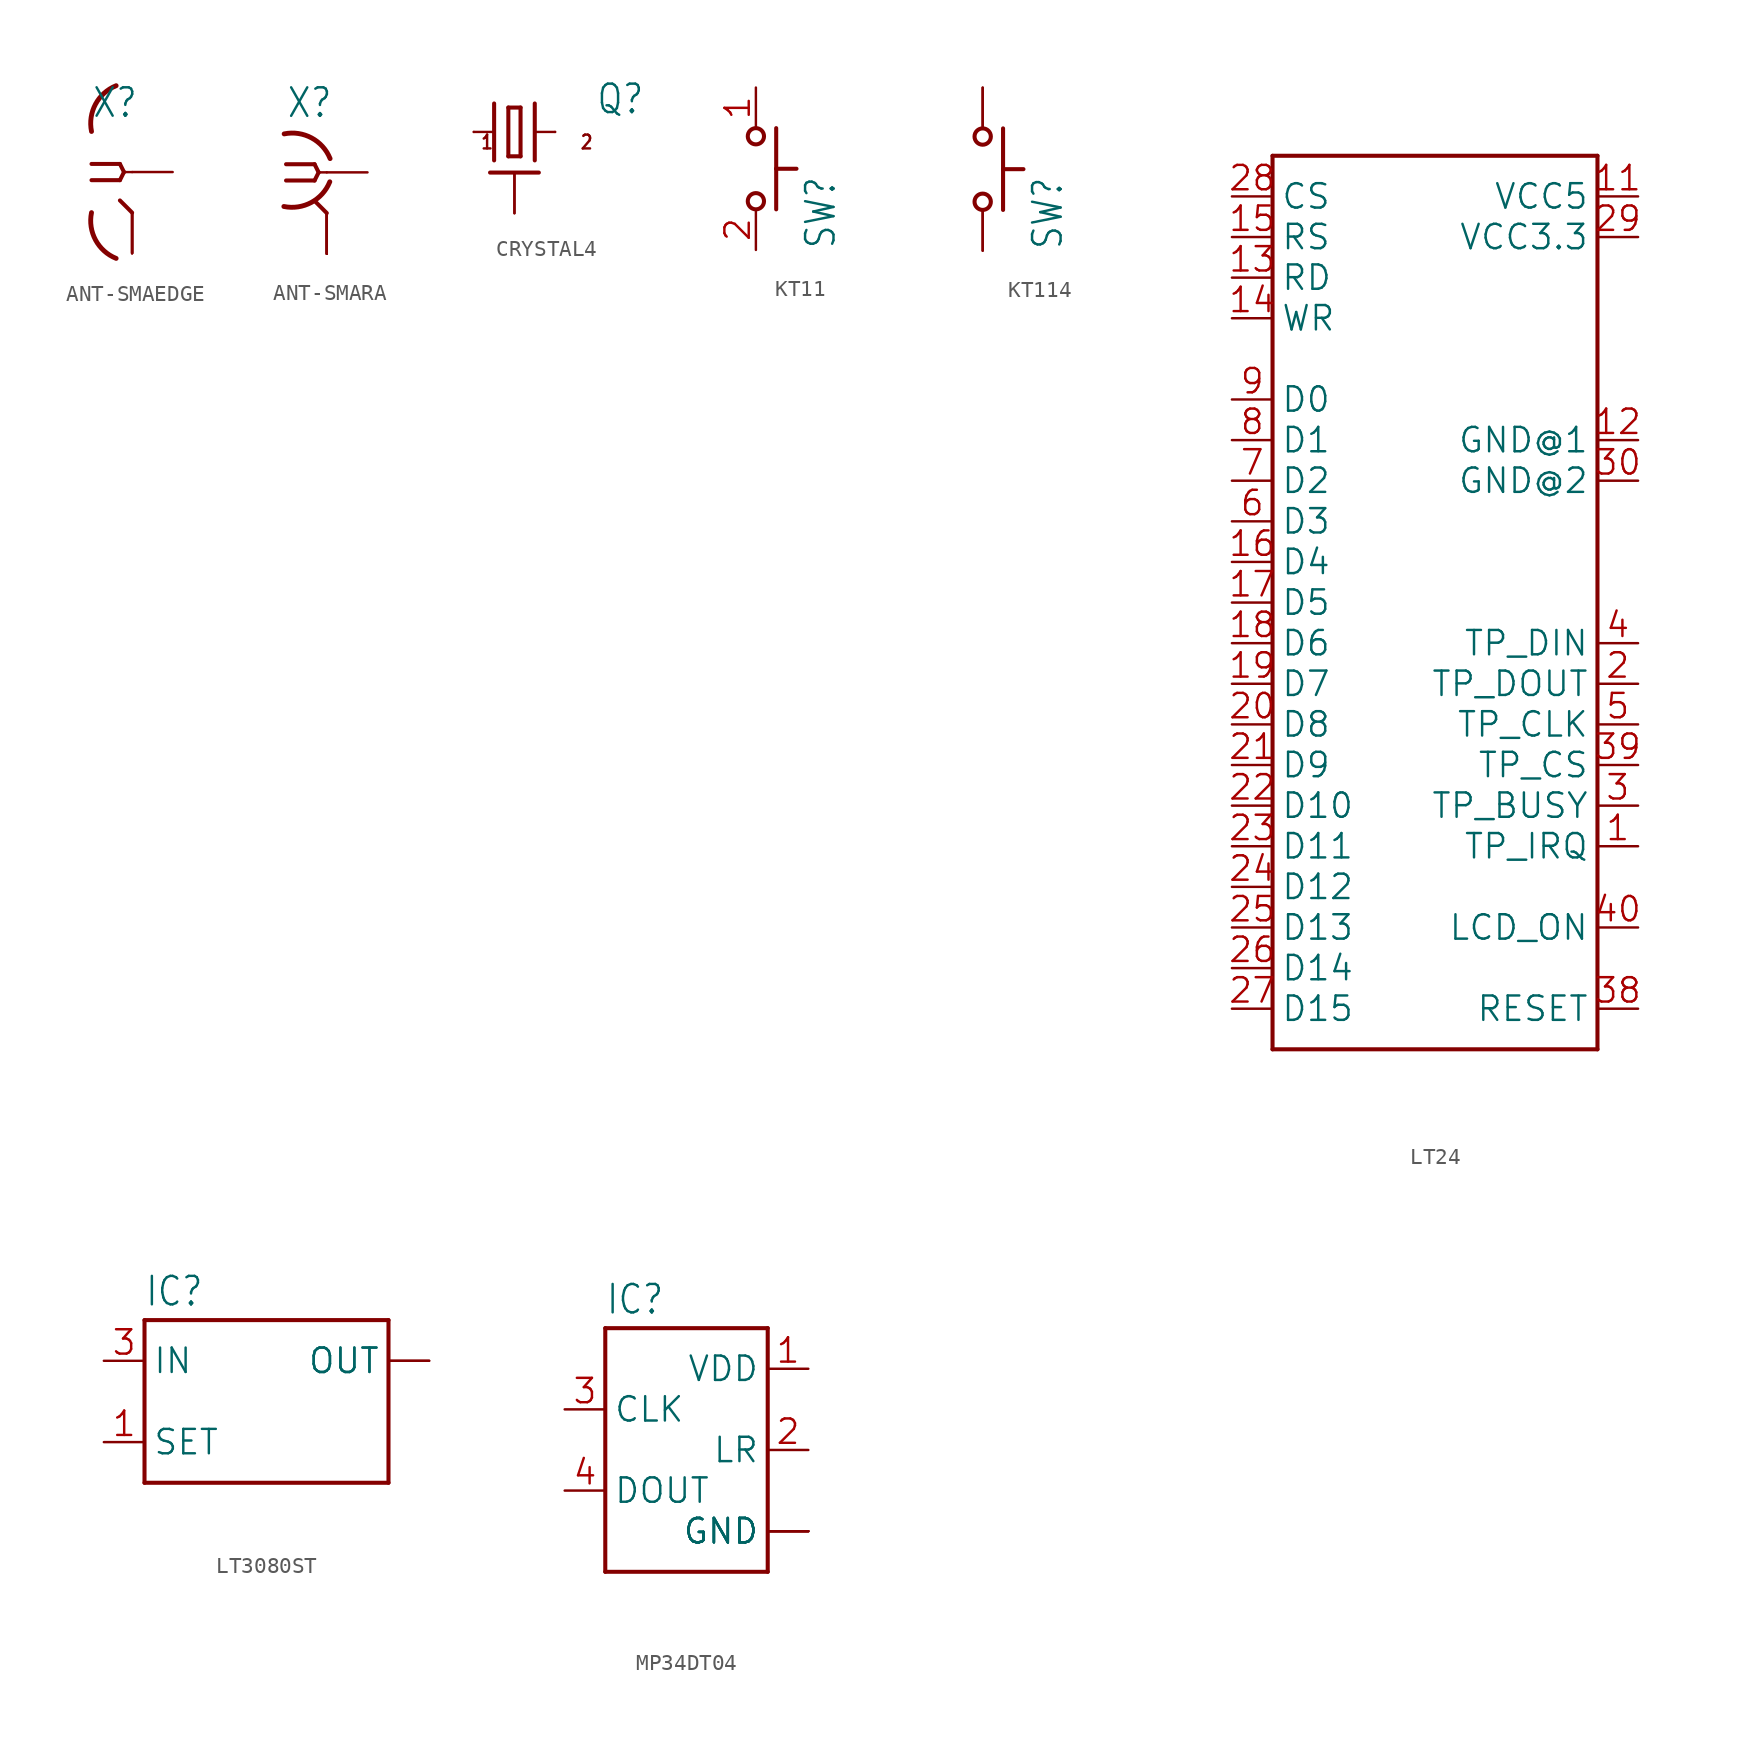
<source format=kicad_sym>
(kicad_symbol_lib
  (version 20241209)
  (generator "kicad_symbol_editor")
  (generator_version "9.0")
  (symbol "ANT-SMAEDGE"
    (property "Reference" "X"
      (at -2.54 3.302 0)
      (effects (font (size 1.778 1.511)) (justify left bottom)))
    (property "Value" ""
      (at 2.54 -5.08 0)
      (effects (font (size 1.778 1.511)) (justify left bottom)))
    (property "ki_locked" ""
      (at 0 0 0)
      (effects (font (size 1.27 1.27))))
    (symbol "ANT-SMAEDGE_1_0"
      (polyline (pts (xy -2.54 0.508) (xy -0.762 0.508)) (stroke (width 0.254) (type solid)) (fill (type none)))
      (polyline (pts (xy -0.762 0.508) (xy -0.508 0)) (stroke (width 0.254) (type solid)) (fill (type none)))
      (polyline (pts (xy -0.762 -0.508) (xy -2.54 -0.508)) (stroke (width 0.254) (type solid)) (fill (type none)))
      (polyline (pts (xy -0.508 0) (xy -0.762 -0.508)) (stroke (width 0.254) (type solid)) (fill (type none)))
      (arc (start -0.9993 -5.4049) (mid -2.2883 -4.2514) (end -2.54 -2.54) (stroke (width 0.3048) (type solid)) (fill (type none)))
      (arc (start -2.54 2.54) (mid -2.2883 4.2513) (end -0.9993 5.4049) (stroke (width 0.3048) (type solid)) (fill (type none)))
      (polyline (pts (xy 0 0) (xy -0.508 0)) (stroke (width 0.152) (type solid)) (fill (type none)))
      (polyline (pts (xy 0 -2.54) (xy -0.762 -1.778)) (stroke (width 0.254) (type solid)) (fill (type none)))
      (pin power_in line (at 0 -5.08 90) (length 2.54) (name "GND" (effects (font (size 0 0)))) (number "GND1" (effects (font (size 0 0)))))
      (pin power_in line (at 0 -5.08 90) (length 2.54) (name "GND" (effects (font (size 0 0)))) (number "GND2" (effects (font (size 0 0)))))
      (pin power_in line (at 0 -5.08 90) (length 2.54) (name "GND" (effects (font (size 0 0)))) (number "GND3" (effects (font (size 0 0)))))
      (pin power_in line (at 0 -5.08 90) (length 2.54) (name "GND" (effects (font (size 0 0)))) (number "GND4" (effects (font (size 0 0)))))
      (pin passive line (at 2.54 0 180) (length 2.54) (name "1" (effects (font (size 0 0)))) (number "C" (effects (font (size 0 0)))))))
  (symbol "ANT-SMARA"
    (property "Reference" "X"
      (at -2.54 3.302 0)
      (effects (font (size 1.778 1.511)) (justify left bottom)))
    (property "Value" ""
      (at 2.54 -5.08 0)
      (effects (font (size 1.778 1.511)) (justify left bottom)))
    (property "ki_locked" ""
      (at 0 0 0)
      (effects (font (size 1.27 1.27))))
    (symbol "ANT-SMARA_1_0"
      (polyline (pts (xy -2.54 0.508) (xy -0.762 0.508)) (stroke (width 0.254) (type solid)) (fill (type none)))
      (arc (start 0.1873 -0.5885) (mid -0.9662 -1.8775) (end -2.6776 -2.1292) (stroke (width 0.3048) (type solid)) (fill (type none)))
      (arc (start -2.6586 2.4) (mid -0.9473 2.1483) (end 0.2063 0.8593) (stroke (width 0.3048) (type solid)) (fill (type none)))
      (polyline (pts (xy -0.762 0.508) (xy -0.508 0)) (stroke (width 0.254) (type solid)) (fill (type none)))
      (polyline (pts (xy -0.762 -0.508) (xy -2.54 -0.508)) (stroke (width 0.254) (type solid)) (fill (type none)))
      (polyline (pts (xy -0.508 0) (xy -0.762 -0.508)) (stroke (width 0.254) (type solid)) (fill (type none)))
      (polyline (pts (xy 0 0) (xy -0.508 0)) (stroke (width 0.152) (type solid)) (fill (type none)))
      (polyline (pts (xy 0 -2.54) (xy -0.762 -1.778)) (stroke (width 0.254) (type solid)) (fill (type none)))
      (pin power_in line (at 0 -5.08 90) (length 2.54) (name "GND" (effects (font (size 0 0)))) (number "GND1" (effects (font (size 0 0)))))
      (pin power_in line (at 0 -5.08 90) (length 2.54) (name "GND" (effects (font (size 0 0)))) (number "GND2" (effects (font (size 0 0)))))
      (pin power_in line (at 0 -5.08 90) (length 2.54) (name "GND" (effects (font (size 0 0)))) (number "GND3" (effects (font (size 0 0)))))
      (pin power_in line (at 0 -5.08 90) (length 2.54) (name "GND" (effects (font (size 0 0)))) (number "GND4" (effects (font (size 0 0)))))
      (pin passive line (at 2.54 0 180) (length 2.54) (name "1" (effects (font (size 0 0)))) (number "C" (effects (font (size 0 0)))))))
  (symbol "CRYSTAL4"
    (property "Reference" "Q"
      (at 5.08 1.016 0)
      (effects (font (size 1.778 1.511)) (justify left bottom)))
    (property "Value" ""
      (at 5.08 -2.54 0)
      (effects (font (size 1.778 1.511)) (justify left bottom)))
    (property "ki_locked" ""
      (at 0 0 0)
      (effects (font (size 1.27 1.27))))
    (symbol "CRYSTAL4_1_0"
      (polyline (pts (xy -2.54 0) (xy -1.27 0)) (stroke (width 0.152) (type solid)) (fill (type none)))
      (polyline (pts (xy -1.524 -2.54) (xy 1.524 -2.54)) (stroke (width 0.254) (type solid)) (fill (type none)))
      (polyline (pts (xy -1.27 1.778) (xy -1.27 -1.778)) (stroke (width 0.254) (type solid)) (fill (type none)))
      (polyline (pts (xy -0.381 1.524) (xy -0.381 -1.524)) (stroke (width 0.254) (type solid)) (fill (type none)))
      (polyline (pts (xy -0.381 -1.524) (xy 0.381 -1.524)) (stroke (width 0.254) (type solid)) (fill (type none)))
      (polyline (pts (xy 0.381 1.524) (xy -0.381 1.524)) (stroke (width 0.254) (type solid)) (fill (type none)))
      (polyline (pts (xy 0.381 -1.524) (xy 0.381 1.524)) (stroke (width 0.254) (type solid)) (fill (type none)))
      (polyline (pts (xy 1.27 1.778) (xy 1.27 -1.778)) (stroke (width 0.254) (type solid)) (fill (type none)))
      (polyline (pts (xy 1.27 0) (xy 2.54 0)) (stroke (width 0.152) (type solid)) (fill (type none)))
      (text "1" (at -2.159 -1.143 0) (effects (font (size 0.864 0.734)) (justify left bottom)))
      (text "2" (at 4.064 -1.143 0) (effects (font (size 0.864 0.734)) (justify left bottom)))
      (pin passive line (at -2.54 0 0) (length 0) (name "1" (effects (font (size 0 0)))) (number "1" (effects (font (size 0 0)))))
      (pin bidirectional line (at 0 -5.08 90) (length 2.54) (name "GND1" (effects (font (size 0 0)))) (number "2" (effects (font (size 0 0)))))
      (pin bidirectional line (at 0 -5.08 90) (length 2.54) (name "GND1" (effects (font (size 0 0)))) (number "4" (effects (font (size 0 0)))))
      (pin passive line (at 2.54 0 180) (length 0) (name "2" (effects (font (size 0 0)))) (number "3" (effects (font (size 0 0)))))))
  (symbol "KT11"
    (property "Reference" "SW"
      (at 5.08 -5.08 90)
      (effects (font (size 1.778 1.511)) (justify left bottom)))
    (property "Value" ""
      (at 7.62 -5.08 90)
      (effects (font (size 1.778 1.511)) (justify left bottom)))
    (property "ki_locked" ""
      (at 0 0 0)
      (effects (font (size 1.27 1.27))))
    (symbol "KT11_1_0"
      (circle (center 0 2.032) (radius 0.508) (stroke (width 0.254) (type solid)) (fill (type none)))
      (circle (center 0 -2.032) (radius 0.508) (stroke (width 0.254) (type solid)) (fill (type none)))
      (polyline (pts (xy 1.27 2.54) (xy 1.27 0)) (stroke (width 0.254) (type solid)) (fill (type none)))
      (polyline (pts (xy 1.27 0) (xy 1.27 -2.54)) (stroke (width 0.254) (type solid)) (fill (type none)))
      (polyline (pts (xy 1.27 0) (xy 2.54 0)) (stroke (width 0.254) (type solid)) (fill (type none)))
      (pin bidirectional line (at 0 5.08 270) (length 2.54) (name "1" (effects (font (size 0 0)))) (number "1" (effects (font (size 1.524 1.524)))))
      (pin bidirectional line (at 0 -5.08 90) (length 2.54) (name "2" (effects (font (size 0 0)))) (number "2" (effects (font (size 1.524 1.524)))))))
  (symbol "KT114"
    (property "Reference" "SW"
      (at 5.08 -5.08 90)
      (effects (font (size 1.778 1.511)) (justify left bottom)))
    (property "Value" ""
      (at 7.62 -5.08 90)
      (effects (font (size 1.778 1.511)) (justify left bottom)))
    (property "ki_locked" ""
      (at 0 0 0)
      (effects (font (size 1.27 1.27))))
    (symbol "KT114_1_0"
      (circle (center 0 2.032) (radius 0.508) (stroke (width 0.254) (type solid)) (fill (type none)))
      (circle (center 0 -2.032) (radius 0.508) (stroke (width 0.254) (type solid)) (fill (type none)))
      (polyline (pts (xy 1.27 2.54) (xy 1.27 0)) (stroke (width 0.254) (type solid)) (fill (type none)))
      (polyline (pts (xy 1.27 0) (xy 1.27 -2.54)) (stroke (width 0.254) (type solid)) (fill (type none)))
      (polyline (pts (xy 1.27 0) (xy 2.54 0)) (stroke (width 0.254) (type solid)) (fill (type none)))
      (pin bidirectional line (at 0 5.08 270) (length 2.54) (name "1" (effects (font (size 0 0)))) (number "1" (effects (font (size 0 0)))))
      (pin bidirectional line (at 0 5.08 270) (length 2.54) (name "1" (effects (font (size 0 0)))) (number "2" (effects (font (size 0 0)))))
      (pin bidirectional line (at 0 -5.08 90) (length 2.54) (name "2" (effects (font (size 0 0)))) (number "3" (effects (font (size 0 0)))))
      (pin bidirectional line (at 0 -5.08 90) (length 2.54) (name "2" (effects (font (size 0 0)))) (number "4" (effects (font (size 0 0)))))))
  (symbol "LT24"
    (property "Reference" "IC"
      (at -9.906 28.448 0)
      (effects (font (size 1.778 1.511)) (justify left bottom) (hide yes)))
    (property "ki_locked" ""
      (at 0 0 0)
      (effects (font (size 1.27 1.27))))
    (symbol "LT24_1_0"
      (polyline (pts (xy -10.16 27.94) (xy 10.16 27.94)) (stroke (width 0.254) (type solid)) (fill (type none)))
      (polyline (pts (xy -10.16 -27.94) (xy -10.16 27.94)) (stroke (width 0.254) (type solid)) (fill (type none)))
      (polyline (pts (xy 10.16 27.94) (xy 10.16 -27.94)) (stroke (width 0.254) (type solid)) (fill (type none)))
      (polyline (pts (xy 10.16 -27.94) (xy -10.16 -27.94)) (stroke (width 0.254) (type solid)) (fill (type none)))
      (pin bidirectional line (at -12.7 25.4 0) (length 2.54) (name "CS" (effects (font (size 1.524 1.524)))) (number "28" (effects (font (size 1.524 1.524)))))
      (pin bidirectional line (at -12.7 22.86 0) (length 2.54) (name "RS" (effects (font (size 1.524 1.524)))) (number "15" (effects (font (size 1.524 1.524)))))
      (pin bidirectional line (at -12.7 20.32 0) (length 2.54) (name "RD" (effects (font (size 1.524 1.524)))) (number "13" (effects (font (size 1.524 1.524)))))
      (pin bidirectional line (at -12.7 17.78 0) (length 2.54) (name "WR" (effects (font (size 1.524 1.524)))) (number "14" (effects (font (size 1.524 1.524)))))
      (pin bidirectional line (at -12.7 12.7 0) (length 2.54) (name "D0" (effects (font (size 1.524 1.524)))) (number "9" (effects (font (size 1.524 1.524)))))
      (pin bidirectional line (at -12.7 10.16 0) (length 2.54) (name "D1" (effects (font (size 1.524 1.524)))) (number "8" (effects (font (size 1.524 1.524)))))
      (pin bidirectional line (at -12.7 7.62 0) (length 2.54) (name "D2" (effects (font (size 1.524 1.524)))) (number "7" (effects (font (size 1.524 1.524)))))
      (pin bidirectional line (at -12.7 5.08 0) (length 2.54) (name "D3" (effects (font (size 1.524 1.524)))) (number "6" (effects (font (size 1.524 1.524)))))
      (pin bidirectional line (at -12.7 2.54 0) (length 2.54) (name "D4" (effects (font (size 1.524 1.524)))) (number "16" (effects (font (size 1.524 1.524)))))
      (pin bidirectional line (at -12.7 0 0) (length 2.54) (name "D5" (effects (font (size 1.524 1.524)))) (number "17" (effects (font (size 1.524 1.524)))))
      (pin bidirectional line (at -12.7 -2.54 0) (length 2.54) (name "D6" (effects (font (size 1.524 1.524)))) (number "18" (effects (font (size 1.524 1.524)))))
      (pin bidirectional line (at -12.7 -5.08 0) (length 2.54) (name "D7" (effects (font (size 1.524 1.524)))) (number "19" (effects (font (size 1.524 1.524)))))
      (pin bidirectional line (at -12.7 -7.62 0) (length 2.54) (name "D8" (effects (font (size 1.524 1.524)))) (number "20" (effects (font (size 1.524 1.524)))))
      (pin bidirectional line (at -12.7 -10.16 0) (length 2.54) (name "D9" (effects (font (size 1.524 1.524)))) (number "21" (effects (font (size 1.524 1.524)))))
      (pin bidirectional line (at -12.7 -12.7 0) (length 2.54) (name "D10" (effects (font (size 1.524 1.524)))) (number "22" (effects (font (size 1.524 1.524)))))
      (pin bidirectional line (at -12.7 -15.24 0) (length 2.54) (name "D11" (effects (font (size 1.524 1.524)))) (number "23" (effects (font (size 1.524 1.524)))))
      (pin bidirectional line (at -12.7 -17.78 0) (length 2.54) (name "D12" (effects (font (size 1.524 1.524)))) (number "24" (effects (font (size 1.524 1.524)))))
      (pin bidirectional line (at -12.7 -20.32 0) (length 2.54) (name "D13" (effects (font (size 1.524 1.524)))) (number "25" (effects (font (size 1.524 1.524)))))
      (pin bidirectional line (at -12.7 -22.86 0) (length 2.54) (name "D14" (effects (font (size 1.524 1.524)))) (number "26" (effects (font (size 1.524 1.524)))))
      (pin bidirectional line (at -12.7 -25.4 0) (length 2.54) (name "D15" (effects (font (size 1.524 1.524)))) (number "27" (effects (font (size 1.524 1.524)))))
      (pin power_in line (at 12.7 25.4 180) (length 2.54) (name "VCC5" (effects (font (size 1.524 1.524)))) (number "11" (effects (font (size 1.524 1.524)))))
      (pin power_in line (at 12.7 22.86 180) (length 2.54) (name "VCC3.3" (effects (font (size 1.524 1.524)))) (number "29" (effects (font (size 1.524 1.524)))))
      (pin power_in line (at 12.7 10.16 180) (length 2.54) (name "GND@1" (effects (font (size 1.524 1.524)))) (number "12" (effects (font (size 1.524 1.524)))))
      (pin power_in line (at 12.7 7.62 180) (length 2.54) (name "GND@2" (effects (font (size 1.524 1.524)))) (number "30" (effects (font (size 1.524 1.524)))))
      (pin bidirectional line (at 12.7 -2.54 180) (length 2.54) (name "TP_DIN" (effects (font (size 1.524 1.524)))) (number "4" (effects (font (size 1.524 1.524)))))
      (pin bidirectional line (at 12.7 -5.08 180) (length 2.54) (name "TP_DOUT" (effects (font (size 1.524 1.524)))) (number "2" (effects (font (size 1.524 1.524)))))
      (pin bidirectional line (at 12.7 -7.62 180) (length 2.54) (name "TP_CLK" (effects (font (size 1.524 1.524)))) (number "5" (effects (font (size 1.524 1.524)))))
      (pin bidirectional line (at 12.7 -10.16 180) (length 2.54) (name "TP_CS" (effects (font (size 1.524 1.524)))) (number "39" (effects (font (size 1.524 1.524)))))
      (pin bidirectional line (at 12.7 -12.7 180) (length 2.54) (name "TP_BUSY" (effects (font (size 1.524 1.524)))) (number "3" (effects (font (size 1.524 1.524)))))
      (pin bidirectional line (at 12.7 -15.24 180) (length 2.54) (name "TP_IRQ" (effects (font (size 1.524 1.524)))) (number "1" (effects (font (size 1.524 1.524)))))
      (pin bidirectional line (at 12.7 -20.32 180) (length 2.54) (name "LCD_ON" (effects (font (size 1.524 1.524)))) (number "40" (effects (font (size 1.524 1.524)))))
      (pin bidirectional line (at 12.7 -25.4 180) (length 2.54) (name "RESET" (effects (font (size 1.524 1.524)))) (number "38" (effects (font (size 1.524 1.524)))))))
  (symbol "LT3080ST"
    (property "Reference" "IC"
      (at -7.62 8.382 0)
      (effects (font (size 1.778 1.511)) (justify left bottom)))
    (property "Value" ""
      (at -7.62 -5.08 0)
      (effects (font (size 1.778 1.511)) (justify left bottom)))
    (property "ki_locked" ""
      (at 0 0 0)
      (effects (font (size 1.27 1.27))))
    (symbol "LT3080ST_1_0"
      (polyline (pts (xy -7.62 7.62) (xy -7.62 -2.54)) (stroke (width 0.254) (type solid)) (fill (type none)))
      (polyline (pts (xy -7.62 -2.54) (xy 7.62 -2.54)) (stroke (width 0.254) (type solid)) (fill (type none)))
      (polyline (pts (xy 7.62 7.62) (xy -7.62 7.62)) (stroke (width 0.254) (type solid)) (fill (type none)))
      (polyline (pts (xy 7.62 -2.54) (xy 7.62 7.62)) (stroke (width 0.254) (type solid)) (fill (type none)))
      (pin power_in line (at -10.16 5.08 0) (length 2.54) (name "IN" (effects (font (size 1.524 1.524)))) (number "3" (effects (font (size 1.524 1.524)))))
      (pin bidirectional line (at -10.16 0 0) (length 2.54) (name "SET" (effects (font (size 1.524 1.524)))) (number "1" (effects (font (size 1.524 1.524)))))
      (pin power_in line (at 10.16 5.08 180) (length 2.54) (name "OUT" (effects (font (size 1.524 1.524)))) (number "2" (effects (font (size 0 0)))))
      (pin power_in line (at 10.16 5.08 180) (length 2.54) (name "OUT" (effects (font (size 1.524 1.524)))) (number "4" (effects (font (size 0 0)))))))
  (symbol "MP34DT04"
    (property "Reference" "IC"
      (at -5.08 8.382 0)
      (effects (font (size 1.778 1.511)) (justify left bottom)))
    (property "Value" ""
      (at -5.08 -10.16 0)
      (effects (font (size 1.778 1.511)) (justify left bottom)))
    (property "ki_locked" ""
      (at 0 0 0)
      (effects (font (size 1.27 1.27))))
    (symbol "MP34DT04_1_0"
      (polyline (pts (xy -5.08 7.62) (xy 5.08 7.62)) (stroke (width 0.254) (type solid)) (fill (type none)))
      (polyline (pts (xy -5.08 -7.62) (xy -5.08 7.62)) (stroke (width 0.254) (type solid)) (fill (type none)))
      (polyline (pts (xy 5.08 7.62) (xy 5.08 -7.62)) (stroke (width 0.254) (type solid)) (fill (type none)))
      (polyline (pts (xy 5.08 -7.62) (xy -5.08 -7.62)) (stroke (width 0.254) (type solid)) (fill (type none)))
      (pin bidirectional line (at -7.62 2.54 0) (length 2.54) (name "CLK" (effects (font (size 1.524 1.524)))) (number "3" (effects (font (size 1.524 1.524)))))
      (pin bidirectional line (at -7.62 -2.54 0) (length 2.54) (name "DOUT" (effects (font (size 1.524 1.524)))) (number "4" (effects (font (size 1.524 1.524)))))
      (pin bidirectional line (at 7.62 5.08 180) (length 2.54) (name "VDD" (effects (font (size 1.524 1.524)))) (number "1" (effects (font (size 1.524 1.524)))))
      (pin bidirectional line (at 7.62 0 180) (length 2.54) (name "LR" (effects (font (size 1.524 1.524)))) (number "2" (effects (font (size 1.524 1.524)))))
      (pin bidirectional line (at 7.62 -5.08 180) (length 2.54) (name "GND" (effects (font (size 1.524 1.524)))) (number "G1" (effects (font (size 0 0)))))
      (pin bidirectional line (at 7.62 -5.08 180) (length 2.54) (name "GND" (effects (font (size 1.524 1.524)))) (number "G2" (effects (font (size 0 0)))))
      (pin bidirectional line (at 7.62 -5.08 180) (length 2.54) (name "GND" (effects (font (size 1.524 1.524)))) (number "G3" (effects (font (size 0 0)))))
      (pin bidirectional line (at 7.62 -5.08 180) (length 2.54) (name "GND" (effects (font (size 1.524 1.524)))) (number "G4" (effects (font (size 0 0))))))))
</source>
